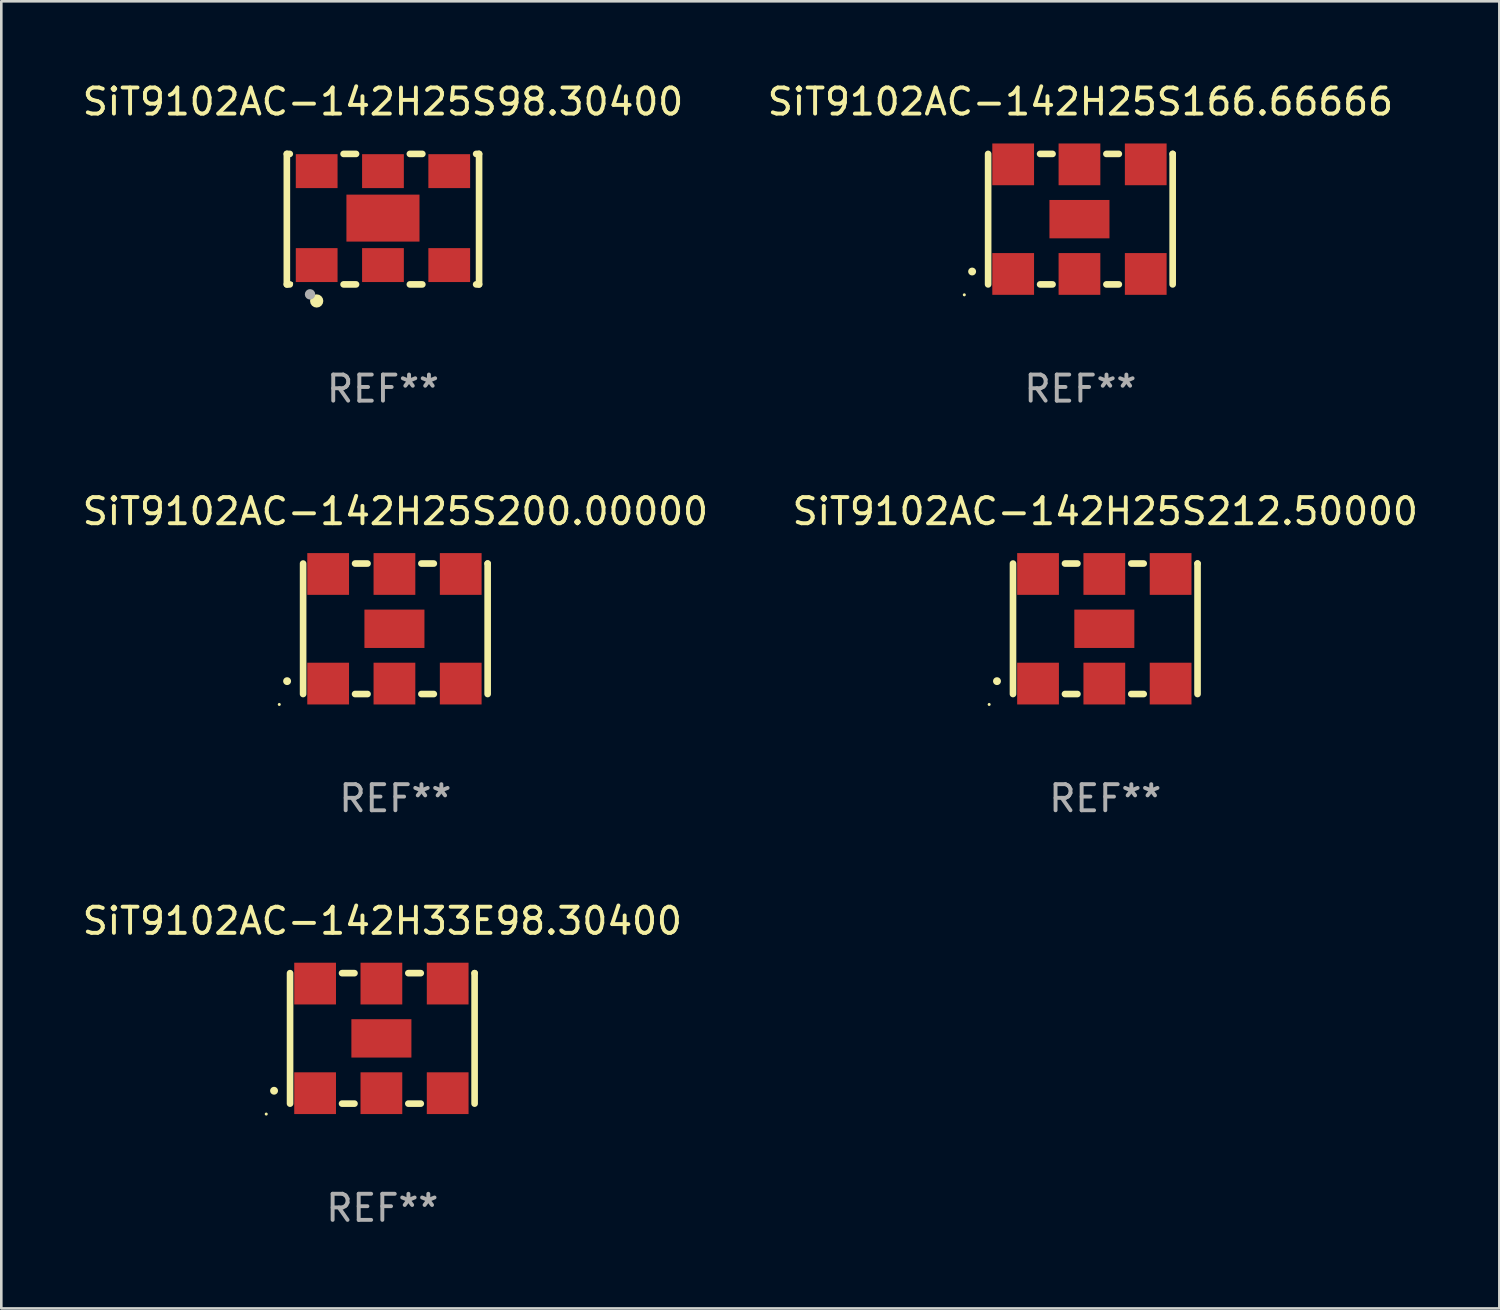
<source format=kicad_pcb>
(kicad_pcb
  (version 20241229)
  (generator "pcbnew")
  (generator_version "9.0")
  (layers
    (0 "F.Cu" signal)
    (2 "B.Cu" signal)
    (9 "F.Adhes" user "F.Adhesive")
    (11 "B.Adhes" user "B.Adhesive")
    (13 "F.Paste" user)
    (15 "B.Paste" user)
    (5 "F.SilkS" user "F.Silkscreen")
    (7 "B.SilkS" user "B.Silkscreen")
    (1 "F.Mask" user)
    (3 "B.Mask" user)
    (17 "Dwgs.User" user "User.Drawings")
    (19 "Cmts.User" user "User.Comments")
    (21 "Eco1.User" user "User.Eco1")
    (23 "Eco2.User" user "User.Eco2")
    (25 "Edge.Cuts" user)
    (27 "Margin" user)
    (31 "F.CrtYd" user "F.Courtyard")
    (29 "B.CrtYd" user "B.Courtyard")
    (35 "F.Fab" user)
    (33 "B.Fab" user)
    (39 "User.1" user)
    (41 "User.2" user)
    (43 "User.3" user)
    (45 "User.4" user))
  (footprint "SiT9102AC-142H25S166.66666"
    (layer "F.Cu")
    (at 38.351 5.348)
    (property "Reference" "SiT9102AC-142H25S166.66666" (at 0 -4.5 0) (layer "F.SilkS") (effects (font (size 1 1) (thickness 0.15))))
    (attr through_hole)
    (fp_line (start -3.536 -2.5) (end -3.536 2.5) (stroke (width 0.254) (type solid)) (layer "F.SilkS"))
    (fp_line (start -1.544 2.5) (end -1.067 2.5) (stroke (width 0.254) (type solid)) (layer "F.SilkS"))
    (fp_line (start -1.067 -2.5) (end -1.544 -2.5) (stroke (width 0.254) (type solid)) (layer "F.SilkS"))
    (fp_line (start 0.996 2.5) (end 1.473 2.5) (stroke (width 0.254) (type solid)) (layer "F.SilkS"))
    (fp_line (start 1.473 -2.5) (end 0.996 -2.5) (stroke (width 0.254) (type solid)) (layer "F.SilkS"))
    (fp_line (start 3.536 -2.5) (end 3.536 -2.5) (stroke (width 0.254) (type solid)) (layer "F.SilkS"))
    (fp_line (start 3.536 2.5) (end 3.536 -2.5) (stroke (width 0.254) (type solid)) (layer "F.SilkS"))
    (fp_arc (start -4.150432 2.006604) (mid -4.149162 2.006599) (end -4.147892 2.006604) (stroke (width 0.3) (type solid)) (layer "F.SilkS"))
    (fp_circle (center -4.449 2.9) (end -4.419 2.9) (stroke (width 0.06) (type solid)) (fill no) (layer "F.SilkS"))
    (fp_text user "REF**" (at 0 6.5 0) (layer "F.Fab") (effects (font (size 1 1) (thickness 0.15))))
    (pad "1" smd rect (at -2.576 2.1) (size 1.6 1.6) (layers "F.Cu" "F.Mask" "F.Paste"))
    (pad "2" smd rect (at -0.036 2.1) (size 1.6 1.6) (layers "F.Cu" "F.Mask" "F.Paste"))
    (pad "3" smd rect (at 2.504 2.1) (size 1.6 1.6) (layers "F.Cu" "F.Mask" "F.Paste"))
    (pad "4" smd rect (at 2.504 -2.1) (size 1.6 1.6) (layers "F.Cu" "F.Mask" "F.Paste"))
    (pad "5" smd rect (at -0.036 -2.1) (size 1.6 1.6) (layers "F.Cu" "F.Mask" "F.Paste"))
    (pad "6" smd rect (at -2.576 -2.1) (size 1.6 1.6) (layers "F.Cu" "F.Mask" "F.Paste"))
    (pad "7" smd rect (at -0.036 0) (size 2.3 1.47) (layers "F.Cu" "F.Mask" "F.Paste")))
  (footprint "SiT9102AC-142H25S200.00000"
    (layer "F.Cu")
    (at 12.101 21.045)
    (property "Reference" "SiT9102AC-142H25S200.00000" (at 0 -4.5 0) (layer "F.SilkS") (effects (font (size 1 1) (thickness 0.15))))
    (attr through_hole)
    (fp_line (start -3.536 -2.5) (end -3.536 2.5) (stroke (width 0.254) (type solid)) (layer "F.SilkS"))
    (fp_line (start -1.544 2.5) (end -1.067 2.5) (stroke (width 0.254) (type solid)) (layer "F.SilkS"))
    (fp_line (start -1.067 -2.5) (end -1.544 -2.5) (stroke (width 0.254) (type solid)) (layer "F.SilkS"))
    (fp_line (start 0.996 2.5) (end 1.473 2.5) (stroke (width 0.254) (type solid)) (layer "F.SilkS"))
    (fp_line (start 1.473 -2.5) (end 0.996 -2.5) (stroke (width 0.254) (type solid)) (layer "F.SilkS"))
    (fp_line (start 3.536 -2.5) (end 3.536 -2.5) (stroke (width 0.254) (type solid)) (layer "F.SilkS"))
    (fp_line (start 3.536 2.5) (end 3.536 -2.5) (stroke (width 0.254) (type solid)) (layer "F.SilkS"))
    (fp_arc (start -4.150432 2.006604) (mid -4.149162 2.006599) (end -4.147892 2.006604) (stroke (width 0.3) (type solid)) (layer "F.SilkS"))
    (fp_circle (center -4.449 2.9) (end -4.419 2.9) (stroke (width 0.06) (type solid)) (fill no) (layer "F.SilkS"))
    (fp_text user "REF**" (at 0 6.5 0) (layer "F.Fab") (effects (font (size 1 1) (thickness 0.15))))
    (pad "1" smd rect (at -2.576 2.1) (size 1.6 1.6) (layers "F.Cu" "F.Mask" "F.Paste"))
    (pad "2" smd rect (at -0.036 2.1) (size 1.6 1.6) (layers "F.Cu" "F.Mask" "F.Paste"))
    (pad "3" smd rect (at 2.504 2.1) (size 1.6 1.6) (layers "F.Cu" "F.Mask" "F.Paste"))
    (pad "4" smd rect (at 2.504 -2.1) (size 1.6 1.6) (layers "F.Cu" "F.Mask" "F.Paste"))
    (pad "5" smd rect (at -0.036 -2.1) (size 1.6 1.6) (layers "F.Cu" "F.Mask" "F.Paste"))
    (pad "6" smd rect (at -2.576 -2.1) (size 1.6 1.6) (layers "F.Cu" "F.Mask" "F.Paste"))
    (pad "7" smd rect (at -0.036 0) (size 2.3 1.47) (layers "F.Cu" "F.Mask" "F.Paste")))
  (footprint "SiT9102AC-142H33E98.30400"
    (layer "F.Cu")
    (at 11.601 36.741)
    (property "Reference" "SiT9102AC-142H33E98.30400" (at 0 -4.5 0) (layer "F.SilkS") (effects (font (size 1 1) (thickness 0.15))))
    (attr through_hole)
    (fp_line (start -3.536 -2.5) (end -3.536 2.5) (stroke (width 0.254) (type solid)) (layer "F.SilkS"))
    (fp_line (start -1.544 2.5) (end -1.067 2.5) (stroke (width 0.254) (type solid)) (layer "F.SilkS"))
    (fp_line (start -1.067 -2.5) (end -1.544 -2.5) (stroke (width 0.254) (type solid)) (layer "F.SilkS"))
    (fp_line (start 0.996 2.5) (end 1.473 2.5) (stroke (width 0.254) (type solid)) (layer "F.SilkS"))
    (fp_line (start 1.473 -2.5) (end 0.996 -2.5) (stroke (width 0.254) (type solid)) (layer "F.SilkS"))
    (fp_line (start 3.536 -2.5) (end 3.536 -2.5) (stroke (width 0.254) (type solid)) (layer "F.SilkS"))
    (fp_line (start 3.536 2.5) (end 3.536 -2.5) (stroke (width 0.254) (type solid)) (layer "F.SilkS"))
    (fp_arc (start -4.150432 2.006604) (mid -4.149162 2.006599) (end -4.147892 2.006604) (stroke (width 0.3) (type solid)) (layer "F.SilkS"))
    (fp_circle (center -4.449 2.9) (end -4.419 2.9) (stroke (width 0.06) (type solid)) (fill no) (layer "F.SilkS"))
    (fp_text user "REF**" (at 0 6.5 0) (layer "F.Fab") (effects (font (size 1 1) (thickness 0.15))))
    (pad "1" smd rect (at -2.576 2.1) (size 1.6 1.6) (layers "F.Cu" "F.Mask" "F.Paste"))
    (pad "2" smd rect (at -0.036 2.1) (size 1.6 1.6) (layers "F.Cu" "F.Mask" "F.Paste"))
    (pad "3" smd rect (at 2.504 2.1) (size 1.6 1.6) (layers "F.Cu" "F.Mask" "F.Paste"))
    (pad "4" smd rect (at 2.504 -2.1) (size 1.6 1.6) (layers "F.Cu" "F.Mask" "F.Paste"))
    (pad "5" smd rect (at -0.036 -2.1) (size 1.6 1.6) (layers "F.Cu" "F.Mask" "F.Paste"))
    (pad "6" smd rect (at -2.576 -2.1) (size 1.6 1.6) (layers "F.Cu" "F.Mask" "F.Paste"))
    (pad "7" smd rect (at -0.036 0) (size 2.3 1.47) (layers "F.Cu" "F.Mask" "F.Paste")))
  (footprint "SiT9102AC-142H25S212.50000"
    (layer "F.Cu")
    (at 39.304 21.045)
    (property "Reference" "SiT9102AC-142H25S212.50000" (at 0 -4.5 0) (layer "F.SilkS") (effects (font (size 1 1) (thickness 0.15))))
    (attr through_hole)
    (fp_line (start -3.536 -2.5) (end -3.536 2.5) (stroke (width 0.254) (type solid)) (layer "F.SilkS"))
    (fp_line (start -1.544 2.5) (end -1.067 2.5) (stroke (width 0.254) (type solid)) (layer "F.SilkS"))
    (fp_line (start -1.067 -2.5) (end -1.544 -2.5) (stroke (width 0.254) (type solid)) (layer "F.SilkS"))
    (fp_line (start 0.996 2.5) (end 1.473 2.5) (stroke (width 0.254) (type solid)) (layer "F.SilkS"))
    (fp_line (start 1.473 -2.5) (end 0.996 -2.5) (stroke (width 0.254) (type solid)) (layer "F.SilkS"))
    (fp_line (start 3.536 -2.5) (end 3.536 -2.5) (stroke (width 0.254) (type solid)) (layer "F.SilkS"))
    (fp_line (start 3.536 2.5) (end 3.536 -2.5) (stroke (width 0.254) (type solid)) (layer "F.SilkS"))
    (fp_arc (start -4.150432 2.006604) (mid -4.149162 2.006599) (end -4.147892 2.006604) (stroke (width 0.3) (type solid)) (layer "F.SilkS"))
    (fp_circle (center -4.449 2.9) (end -4.419 2.9) (stroke (width 0.06) (type solid)) (fill no) (layer "F.SilkS"))
    (fp_text user "REF**" (at 0 6.5 0) (layer "F.Fab") (effects (font (size 1 1) (thickness 0.15))))
    (pad "1" smd rect (at -2.576 2.1) (size 1.6 1.6) (layers "F.Cu" "F.Mask" "F.Paste"))
    (pad "2" smd rect (at -0.036 2.1) (size 1.6 1.6) (layers "F.Cu" "F.Mask" "F.Paste"))
    (pad "3" smd rect (at 2.504 2.1) (size 1.6 1.6) (layers "F.Cu" "F.Mask" "F.Paste"))
    (pad "4" smd rect (at 2.504 -2.1) (size 1.6 1.6) (layers "F.Cu" "F.Mask" "F.Paste"))
    (pad "5" smd rect (at -0.036 -2.1) (size 1.6 1.6) (layers "F.Cu" "F.Mask" "F.Paste"))
    (pad "6" smd rect (at -2.576 -2.1) (size 1.6 1.6) (layers "F.Cu" "F.Mask" "F.Paste"))
    (pad "7" smd rect (at -0.036 0) (size 2.3 1.47) (layers "F.Cu" "F.Mask" "F.Paste")))
  (footprint "SiT9102AC-142H25S98.30400"
    (layer "F.Cu")
    (at 11.625 5.348)
    (property "Reference" "SiT9102AC-142H25S98.30400" (at 0 -4.5 0) (layer "F.SilkS") (effects (font (size 1 1) (thickness 0.15))))
    (attr through_hole)
    (fp_line (start -3.683 -2.5) (end -3.571 -2.5) (stroke (width 0.254) (type solid)) (layer "F.SilkS"))
    (fp_line (start -3.683 2.5) (end -3.683 -2.5) (stroke (width 0.254) (type solid)) (layer "F.SilkS"))
    (fp_line (start -3.683 2.5) (end -3.571 2.5) (stroke (width 0.254) (type solid)) (layer "F.SilkS"))
    (fp_line (start -1.509 -2.5) (end -1.031 -2.5) (stroke (width 0.254) (type solid)) (layer "F.SilkS"))
    (fp_line (start -1.509 2.5) (end -1.031 2.5) (stroke (width 0.254) (type solid)) (layer "F.SilkS"))
    (fp_line (start 1.031 -2.5) (end 1.509 -2.5) (stroke (width 0.254) (type solid)) (layer "F.SilkS"))
    (fp_line (start 1.031 2.5) (end 1.509 2.5) (stroke (width 0.254) (type solid)) (layer "F.SilkS"))
    (fp_line (start 3.571 -2.5) (end 3.683 -2.5) (stroke (width 0.254) (type solid)) (layer "F.SilkS"))
    (fp_line (start 3.571 2.5) (end 3.683 2.5) (stroke (width 0.254) (type solid)) (layer "F.SilkS"))
    (fp_line (start 3.683 2.5) (end 3.683 -2.5) (stroke (width 0.254) (type solid)) (layer "F.SilkS"))
    (fp_circle (center -3.5 2.46) (end -3.47 2.46) (stroke (width 0.06) (type solid)) (fill no) (layer "F.SilkS"))
    (fp_circle (center -2.54 3.135) (end -2.413 3.135) (stroke (width 0.254) (type solid)) (fill no) (layer "F.SilkS"))
    (fp_circle (center -2.794 2.881) (end -2.694 2.881) (stroke (width 0.2) (type solid)) (fill no) (layer "F.Fab"))
    (fp_text user "REF**" (at 0 6.5 0) (layer "F.Fab") (effects (font (size 1 1) (thickness 0.15))))
    (pad "1" smd rect (at -2.54 1.76) (size 1.6 1.3) (layers "F.Cu" "F.Mask" "F.Paste"))
    (pad "2" smd rect (at 0 1.76) (size 1.6 1.3) (layers "F.Cu" "F.Mask" "F.Paste"))
    (pad "3" smd rect (at 2.54 1.76) (size 1.6 1.3) (layers "F.Cu" "F.Mask" "F.Paste"))
    (pad "4" smd rect (at 2.54 -1.84) (size 1.6 1.3) (layers "F.Cu" "F.Mask" "F.Paste"))
    (pad "5" smd rect (at 0 -1.84) (size 1.6 1.3) (layers "F.Cu" "F.Mask" "F.Paste"))
    (pad "6" smd rect (at -2.54 -1.84) (size 1.6 1.3) (layers "F.Cu" "F.Mask" "F.Paste"))
    (pad "7" smd rect (at 0 -0.04) (size 2.8 1.8) (layers "F.Cu" "F.Mask" "F.Paste")))
  (gr_rect
    (start -3 -3)
    (end 54.405 47.09)
    (stroke (width 0.1) (type default))
    (fill no)
    (layer "Edge.Cuts")))
</source>
